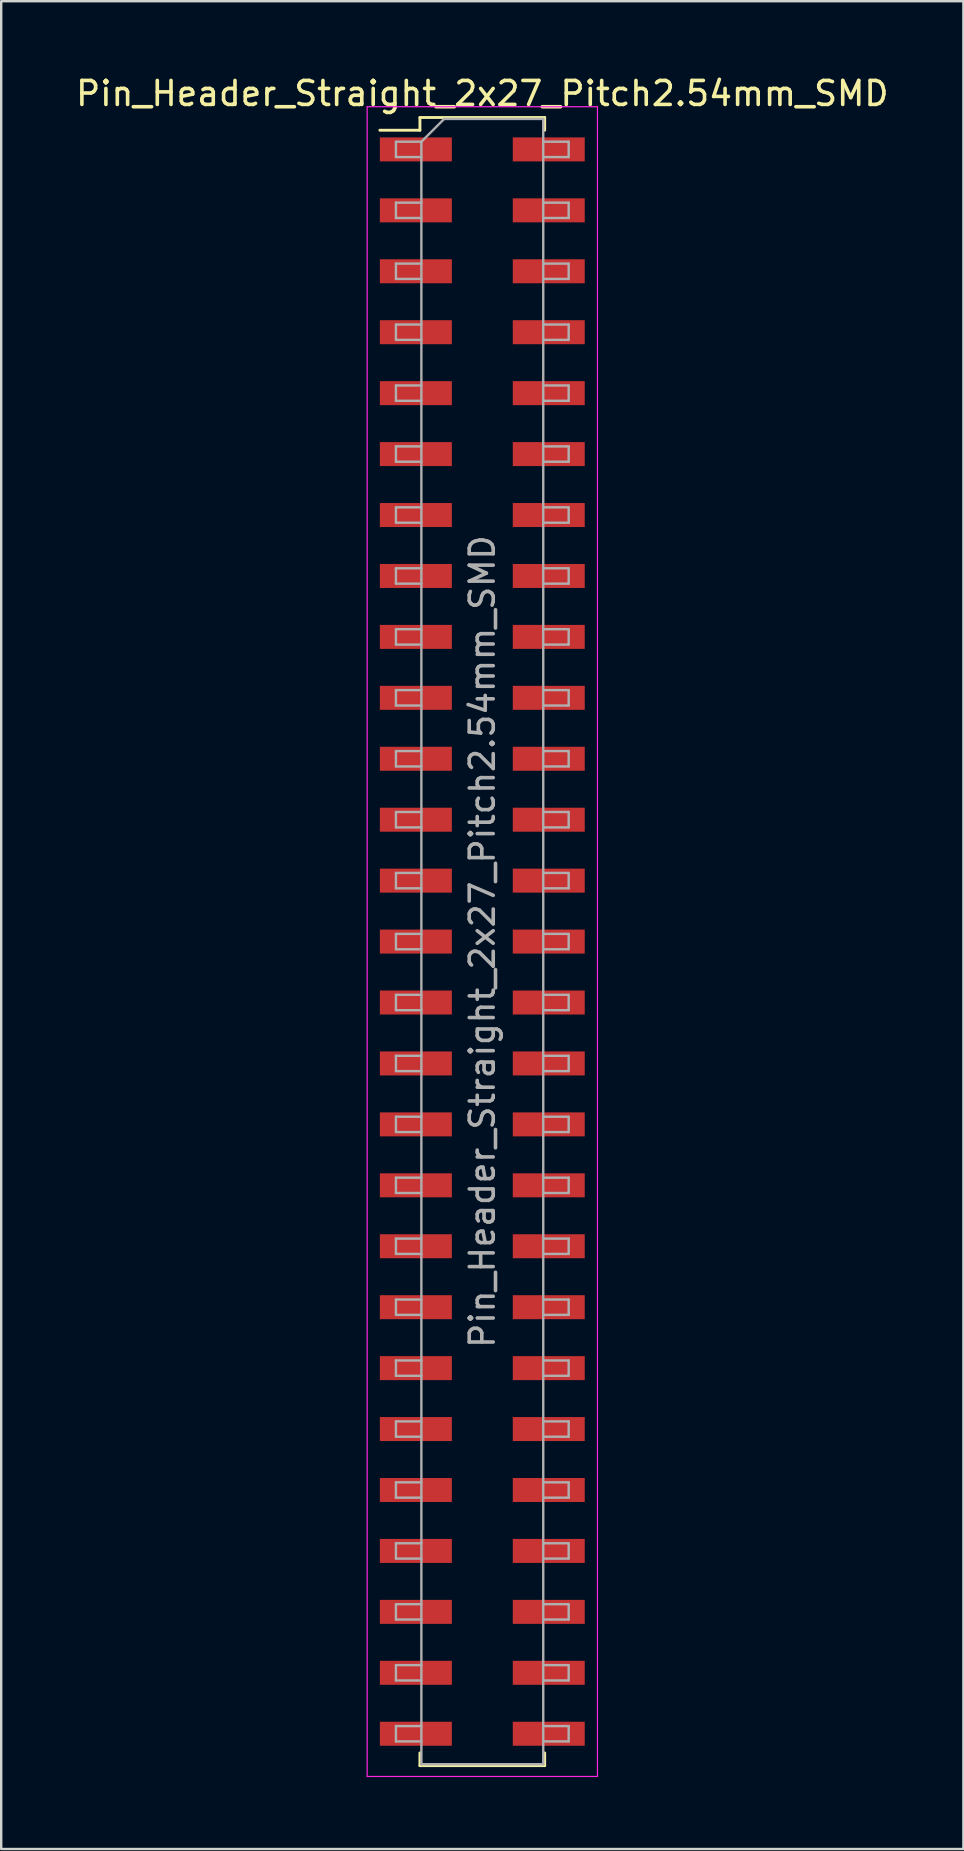
<source format=kicad_pcb>
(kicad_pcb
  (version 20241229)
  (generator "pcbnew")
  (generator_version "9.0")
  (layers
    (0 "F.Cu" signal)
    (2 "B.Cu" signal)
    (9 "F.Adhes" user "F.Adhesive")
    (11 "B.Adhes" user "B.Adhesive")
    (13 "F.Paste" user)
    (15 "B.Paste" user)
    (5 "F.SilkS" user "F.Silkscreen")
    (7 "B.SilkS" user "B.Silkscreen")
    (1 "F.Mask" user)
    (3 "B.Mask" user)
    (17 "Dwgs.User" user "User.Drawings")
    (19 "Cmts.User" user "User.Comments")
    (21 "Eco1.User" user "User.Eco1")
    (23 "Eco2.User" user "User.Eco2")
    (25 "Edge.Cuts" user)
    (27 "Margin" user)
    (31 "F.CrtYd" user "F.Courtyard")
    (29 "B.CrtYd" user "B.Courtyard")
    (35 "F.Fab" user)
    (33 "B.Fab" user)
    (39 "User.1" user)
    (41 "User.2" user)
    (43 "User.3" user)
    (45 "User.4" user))
  (footprint "Pin_Header_Straight_2x27_Pitch2.54mm_SMD"
    (layer "F.Cu")
    (at 17.054 36.198)
    (property "Reference" "Pin_Header_Straight_2x27_Pitch2.54mm_SMD" (at 0 -35.35 0) (layer "F.SilkS") (effects (font (size 1 1) (thickness 0.15))))
    (attr smd)
    (fp_line (start -4.27 -33.82) (end -2.6 -33.82) (stroke (width 0.12) (type solid)) (layer "F.SilkS"))
    (fp_line (start -2.6 -34.35) (end 2.6 -34.35) (stroke (width 0.12) (type solid)) (layer "F.SilkS"))
    (fp_line (start -2.6 -33.82) (end -2.6 -34.35) (stroke (width 0.12) (type solid)) (layer "F.SilkS"))
    (fp_line (start -2.6 33.82) (end -2.6 34.35) (stroke (width 0.12) (type solid)) (layer "F.SilkS"))
    (fp_line (start -2.6 34.35) (end 2.6 34.35) (stroke (width 0.12) (type solid)) (layer "F.SilkS"))
    (fp_line (start 2.6 -34.35) (end 2.6 -33.82) (stroke (width 0.12) (type solid)) (layer "F.SilkS"))
    (fp_line (start 2.6 34.35) (end 2.6 33.82) (stroke (width 0.12) (type solid)) (layer "F.SilkS"))
    (fp_line (start -4.8 -34.8) (end -4.8 34.8) (stroke (width 0.05) (type solid)) (layer "F.CrtYd"))
    (fp_line (start -4.8 34.8) (end 4.8 34.8) (stroke (width 0.05) (type solid)) (layer "F.CrtYd"))
    (fp_line (start 4.8 -34.8) (end -4.8 -34.8) (stroke (width 0.05) (type solid)) (layer "F.CrtYd"))
    (fp_line (start 4.8 34.8) (end 4.8 -34.8) (stroke (width 0.05) (type solid)) (layer "F.CrtYd"))
    (fp_line (start -3.6 -33.34) (end -3.6 -32.7) (stroke (width 0.1) (type solid)) (layer "F.Fab"))
    (fp_line (start -3.6 -32.7) (end -2.54 -32.7) (stroke (width 0.1) (type solid)) (layer "F.Fab"))
    (fp_line (start -3.6 -30.8) (end -3.6 -30.16) (stroke (width 0.1) (type solid)) (layer "F.Fab"))
    (fp_line (start -3.6 -30.16) (end -2.54 -30.16) (stroke (width 0.1) (type solid)) (layer "F.Fab"))
    (fp_line (start -3.6 -28.26) (end -3.6 -27.62) (stroke (width 0.1) (type solid)) (layer "F.Fab"))
    (fp_line (start -3.6 -27.62) (end -2.54 -27.62) (stroke (width 0.1) (type solid)) (layer "F.Fab"))
    (fp_line (start -3.6 -25.72) (end -3.6 -25.08) (stroke (width 0.1) (type solid)) (layer "F.Fab"))
    (fp_line (start -3.6 -25.08) (end -2.54 -25.08) (stroke (width 0.1) (type solid)) (layer "F.Fab"))
    (fp_line (start -3.6 -23.18) (end -3.6 -22.54) (stroke (width 0.1) (type solid)) (layer "F.Fab"))
    (fp_line (start -3.6 -22.54) (end -2.54 -22.54) (stroke (width 0.1) (type solid)) (layer "F.Fab"))
    (fp_line (start -3.6 -20.64) (end -3.6 -20) (stroke (width 0.1) (type solid)) (layer "F.Fab"))
    (fp_line (start -3.6 -20) (end -2.54 -20) (stroke (width 0.1) (type solid)) (layer "F.Fab"))
    (fp_line (start -3.6 -18.1) (end -3.6 -17.46) (stroke (width 0.1) (type solid)) (layer "F.Fab"))
    (fp_line (start -3.6 -17.46) (end -2.54 -17.46) (stroke (width 0.1) (type solid)) (layer "F.Fab"))
    (fp_line (start -3.6 -15.56) (end -3.6 -14.92) (stroke (width 0.1) (type solid)) (layer "F.Fab"))
    (fp_line (start -3.6 -14.92) (end -2.54 -14.92) (stroke (width 0.1) (type solid)) (layer "F.Fab"))
    (fp_line (start -3.6 -13.02) (end -3.6 -12.38) (stroke (width 0.1) (type solid)) (layer "F.Fab"))
    (fp_line (start -3.6 -12.38) (end -2.54 -12.38) (stroke (width 0.1) (type solid)) (layer "F.Fab"))
    (fp_line (start -3.6 -10.48) (end -3.6 -9.84) (stroke (width 0.1) (type solid)) (layer "F.Fab"))
    (fp_line (start -3.6 -9.84) (end -2.54 -9.84) (stroke (width 0.1) (type solid)) (layer "F.Fab"))
    (fp_line (start -3.6 -7.94) (end -3.6 -7.3) (stroke (width 0.1) (type solid)) (layer "F.Fab"))
    (fp_line (start -3.6 -7.3) (end -2.54 -7.3) (stroke (width 0.1) (type solid)) (layer "F.Fab"))
    (fp_line (start -3.6 -5.4) (end -3.6 -4.76) (stroke (width 0.1) (type solid)) (layer "F.Fab"))
    (fp_line (start -3.6 -4.76) (end -2.54 -4.76) (stroke (width 0.1) (type solid)) (layer "F.Fab"))
    (fp_line (start -3.6 -2.86) (end -3.6 -2.22) (stroke (width 0.1) (type solid)) (layer "F.Fab"))
    (fp_line (start -3.6 -2.22) (end -2.54 -2.22) (stroke (width 0.1) (type solid)) (layer "F.Fab"))
    (fp_line (start -3.6 -0.32) (end -3.6 0.32) (stroke (width 0.1) (type solid)) (layer "F.Fab"))
    (fp_line (start -3.6 0.32) (end -2.54 0.32) (stroke (width 0.1) (type solid)) (layer "F.Fab"))
    (fp_line (start -3.6 2.22) (end -3.6 2.86) (stroke (width 0.1) (type solid)) (layer "F.Fab"))
    (fp_line (start -3.6 2.86) (end -2.54 2.86) (stroke (width 0.1) (type solid)) (layer "F.Fab"))
    (fp_line (start -3.6 4.76) (end -3.6 5.4) (stroke (width 0.1) (type solid)) (layer "F.Fab"))
    (fp_line (start -3.6 5.4) (end -2.54 5.4) (stroke (width 0.1) (type solid)) (layer "F.Fab"))
    (fp_line (start -3.6 7.3) (end -3.6 7.94) (stroke (width 0.1) (type solid)) (layer "F.Fab"))
    (fp_line (start -3.6 7.94) (end -2.54 7.94) (stroke (width 0.1) (type solid)) (layer "F.Fab"))
    (fp_line (start -3.6 9.84) (end -3.6 10.48) (stroke (width 0.1) (type solid)) (layer "F.Fab"))
    (fp_line (start -3.6 10.48) (end -2.54 10.48) (stroke (width 0.1) (type solid)) (layer "F.Fab"))
    (fp_line (start -3.6 12.38) (end -3.6 13.02) (stroke (width 0.1) (type solid)) (layer "F.Fab"))
    (fp_line (start -3.6 13.02) (end -2.54 13.02) (stroke (width 0.1) (type solid)) (layer "F.Fab"))
    (fp_line (start -3.6 14.92) (end -3.6 15.56) (stroke (width 0.1) (type solid)) (layer "F.Fab"))
    (fp_line (start -3.6 15.56) (end -2.54 15.56) (stroke (width 0.1) (type solid)) (layer "F.Fab"))
    (fp_line (start -3.6 17.46) (end -3.6 18.1) (stroke (width 0.1) (type solid)) (layer "F.Fab"))
    (fp_line (start -3.6 18.1) (end -2.54 18.1) (stroke (width 0.1) (type solid)) (layer "F.Fab"))
    (fp_line (start -3.6 20) (end -3.6 20.64) (stroke (width 0.1) (type solid)) (layer "F.Fab"))
    (fp_line (start -3.6 20.64) (end -2.54 20.64) (stroke (width 0.1) (type solid)) (layer "F.Fab"))
    (fp_line (start -3.6 22.54) (end -3.6 23.18) (stroke (width 0.1) (type solid)) (layer "F.Fab"))
    (fp_line (start -3.6 23.18) (end -2.54 23.18) (stroke (width 0.1) (type solid)) (layer "F.Fab"))
    (fp_line (start -3.6 25.08) (end -3.6 25.72) (stroke (width 0.1) (type solid)) (layer "F.Fab"))
    (fp_line (start -3.6 25.72) (end -2.54 25.72) (stroke (width 0.1) (type solid)) (layer "F.Fab"))
    (fp_line (start -3.6 27.62) (end -3.6 28.26) (stroke (width 0.1) (type solid)) (layer "F.Fab"))
    (fp_line (start -3.6 28.26) (end -2.54 28.26) (stroke (width 0.1) (type solid)) (layer "F.Fab"))
    (fp_line (start -3.6 30.16) (end -3.6 30.8) (stroke (width 0.1) (type solid)) (layer "F.Fab"))
    (fp_line (start -3.6 30.8) (end -2.54 30.8) (stroke (width 0.1) (type solid)) (layer "F.Fab"))
    (fp_line (start -3.6 32.7) (end -3.6 33.34) (stroke (width 0.1) (type solid)) (layer "F.Fab"))
    (fp_line (start -3.6 33.34) (end -2.54 33.34) (stroke (width 0.1) (type solid)) (layer "F.Fab"))
    (fp_line (start -2.54 -33.34) (end -3.6 -33.34) (stroke (width 0.1) (type solid)) (layer "F.Fab"))
    (fp_line (start -2.54 -33.34) (end -1.59 -34.29) (stroke (width 0.1) (type solid)) (layer "F.Fab"))
    (fp_line (start -2.54 -30.8) (end -3.6 -30.8) (stroke (width 0.1) (type solid)) (layer "F.Fab"))
    (fp_line (start -2.54 -28.26) (end -3.6 -28.26) (stroke (width 0.1) (type solid)) (layer "F.Fab"))
    (fp_line (start -2.54 -25.72) (end -3.6 -25.72) (stroke (width 0.1) (type solid)) (layer "F.Fab"))
    (fp_line (start -2.54 -23.18) (end -3.6 -23.18) (stroke (width 0.1) (type solid)) (layer "F.Fab"))
    (fp_line (start -2.54 -20.64) (end -3.6 -20.64) (stroke (width 0.1) (type solid)) (layer "F.Fab"))
    (fp_line (start -2.54 -18.1) (end -3.6 -18.1) (stroke (width 0.1) (type solid)) (layer "F.Fab"))
    (fp_line (start -2.54 -15.56) (end -3.6 -15.56) (stroke (width 0.1) (type solid)) (layer "F.Fab"))
    (fp_line (start -2.54 -13.02) (end -3.6 -13.02) (stroke (width 0.1) (type solid)) (layer "F.Fab"))
    (fp_line (start -2.54 -10.48) (end -3.6 -10.48) (stroke (width 0.1) (type solid)) (layer "F.Fab"))
    (fp_line (start -2.54 -7.94) (end -3.6 -7.94) (stroke (width 0.1) (type solid)) (layer "F.Fab"))
    (fp_line (start -2.54 -5.4) (end -3.6 -5.4) (stroke (width 0.1) (type solid)) (layer "F.Fab"))
    (fp_line (start -2.54 -2.86) (end -3.6 -2.86) (stroke (width 0.1) (type solid)) (layer "F.Fab"))
    (fp_line (start -2.54 -0.32) (end -3.6 -0.32) (stroke (width 0.1) (type solid)) (layer "F.Fab"))
    (fp_line (start -2.54 2.22) (end -3.6 2.22) (stroke (width 0.1) (type solid)) (layer "F.Fab"))
    (fp_line (start -2.54 4.76) (end -3.6 4.76) (stroke (width 0.1) (type solid)) (layer "F.Fab"))
    (fp_line (start -2.54 7.3) (end -3.6 7.3) (stroke (width 0.1) (type solid)) (layer "F.Fab"))
    (fp_line (start -2.54 9.84) (end -3.6 9.84) (stroke (width 0.1) (type solid)) (layer "F.Fab"))
    (fp_line (start -2.54 12.38) (end -3.6 12.38) (stroke (width 0.1) (type solid)) (layer "F.Fab"))
    (fp_line (start -2.54 14.92) (end -3.6 14.92) (stroke (width 0.1) (type solid)) (layer "F.Fab"))
    (fp_line (start -2.54 17.46) (end -3.6 17.46) (stroke (width 0.1) (type solid)) (layer "F.Fab"))
    (fp_line (start -2.54 20) (end -3.6 20) (stroke (width 0.1) (type solid)) (layer "F.Fab"))
    (fp_line (start -2.54 22.54) (end -3.6 22.54) (stroke (width 0.1) (type solid)) (layer "F.Fab"))
    (fp_line (start -2.54 25.08) (end -3.6 25.08) (stroke (width 0.1) (type solid)) (layer "F.Fab"))
    (fp_line (start -2.54 27.62) (end -3.6 27.62) (stroke (width 0.1) (type solid)) (layer "F.Fab"))
    (fp_line (start -2.54 30.16) (end -3.6 30.16) (stroke (width 0.1) (type solid)) (layer "F.Fab"))
    (fp_line (start -2.54 32.7) (end -3.6 32.7) (stroke (width 0.1) (type solid)) (layer "F.Fab"))
    (fp_line (start -2.54 34.29) (end -2.54 -33.34) (stroke (width 0.1) (type solid)) (layer "F.Fab"))
    (fp_line (start -1.59 -34.29) (end 2.54 -34.29) (stroke (width 0.1) (type solid)) (layer "F.Fab"))
    (fp_line (start 2.54 -34.29) (end 2.54 34.29) (stroke (width 0.1) (type solid)) (layer "F.Fab"))
    (fp_line (start 2.54 -33.34) (end 3.6 -33.34) (stroke (width 0.1) (type solid)) (layer "F.Fab"))
    (fp_line (start 2.54 -30.8) (end 3.6 -30.8) (stroke (width 0.1) (type solid)) (layer "F.Fab"))
    (fp_line (start 2.54 -28.26) (end 3.6 -28.26) (stroke (width 0.1) (type solid)) (layer "F.Fab"))
    (fp_line (start 2.54 -25.72) (end 3.6 -25.72) (stroke (width 0.1) (type solid)) (layer "F.Fab"))
    (fp_line (start 2.54 -23.18) (end 3.6 -23.18) (stroke (width 0.1) (type solid)) (layer "F.Fab"))
    (fp_line (start 2.54 -20.64) (end 3.6 -20.64) (stroke (width 0.1) (type solid)) (layer "F.Fab"))
    (fp_line (start 2.54 -18.1) (end 3.6 -18.1) (stroke (width 0.1) (type solid)) (layer "F.Fab"))
    (fp_line (start 2.54 -15.56) (end 3.6 -15.56) (stroke (width 0.1) (type solid)) (layer "F.Fab"))
    (fp_line (start 2.54 -13.02) (end 3.6 -13.02) (stroke (width 0.1) (type solid)) (layer "F.Fab"))
    (fp_line (start 2.54 -10.48) (end 3.6 -10.48) (stroke (width 0.1) (type solid)) (layer "F.Fab"))
    (fp_line (start 2.54 -7.94) (end 3.6 -7.94) (stroke (width 0.1) (type solid)) (layer "F.Fab"))
    (fp_line (start 2.54 -5.4) (end 3.6 -5.4) (stroke (width 0.1) (type solid)) (layer "F.Fab"))
    (fp_line (start 2.54 -2.86) (end 3.6 -2.86) (stroke (width 0.1) (type solid)) (layer "F.Fab"))
    (fp_line (start 2.54 -0.32) (end 3.6 -0.32) (stroke (width 0.1) (type solid)) (layer "F.Fab"))
    (fp_line (start 2.54 2.22) (end 3.6 2.22) (stroke (width 0.1) (type solid)) (layer "F.Fab"))
    (fp_line (start 2.54 4.76) (end 3.6 4.76) (stroke (width 0.1) (type solid)) (layer "F.Fab"))
    (fp_line (start 2.54 7.3) (end 3.6 7.3) (stroke (width 0.1) (type solid)) (layer "F.Fab"))
    (fp_line (start 2.54 9.84) (end 3.6 9.84) (stroke (width 0.1) (type solid)) (layer "F.Fab"))
    (fp_line (start 2.54 12.38) (end 3.6 12.38) (stroke (width 0.1) (type solid)) (layer "F.Fab"))
    (fp_line (start 2.54 14.92) (end 3.6 14.92) (stroke (width 0.1) (type solid)) (layer "F.Fab"))
    (fp_line (start 2.54 17.46) (end 3.6 17.46) (stroke (width 0.1) (type solid)) (layer "F.Fab"))
    (fp_line (start 2.54 20) (end 3.6 20) (stroke (width 0.1) (type solid)) (layer "F.Fab"))
    (fp_line (start 2.54 22.54) (end 3.6 22.54) (stroke (width 0.1) (type solid)) (layer "F.Fab"))
    (fp_line (start 2.54 25.08) (end 3.6 25.08) (stroke (width 0.1) (type solid)) (layer "F.Fab"))
    (fp_line (start 2.54 27.62) (end 3.6 27.62) (stroke (width 0.1) (type solid)) (layer "F.Fab"))
    (fp_line (start 2.54 30.16) (end 3.6 30.16) (stroke (width 0.1) (type solid)) (layer "F.Fab"))
    (fp_line (start 2.54 32.7) (end 3.6 32.7) (stroke (width 0.1) (type solid)) (layer "F.Fab"))
    (fp_line (start 2.54 34.29) (end -2.54 34.29) (stroke (width 0.1) (type solid)) (layer "F.Fab"))
    (fp_line (start 3.6 -33.34) (end 3.6 -32.7) (stroke (width 0.1) (type solid)) (layer "F.Fab"))
    (fp_line (start 3.6 -32.7) (end 2.54 -32.7) (stroke (width 0.1) (type solid)) (layer "F.Fab"))
    (fp_line (start 3.6 -30.8) (end 3.6 -30.16) (stroke (width 0.1) (type solid)) (layer "F.Fab"))
    (fp_line (start 3.6 -30.16) (end 2.54 -30.16) (stroke (width 0.1) (type solid)) (layer "F.Fab"))
    (fp_line (start 3.6 -28.26) (end 3.6 -27.62) (stroke (width 0.1) (type solid)) (layer "F.Fab"))
    (fp_line (start 3.6 -27.62) (end 2.54 -27.62) (stroke (width 0.1) (type solid)) (layer "F.Fab"))
    (fp_line (start 3.6 -25.72) (end 3.6 -25.08) (stroke (width 0.1) (type solid)) (layer "F.Fab"))
    (fp_line (start 3.6 -25.08) (end 2.54 -25.08) (stroke (width 0.1) (type solid)) (layer "F.Fab"))
    (fp_line (start 3.6 -23.18) (end 3.6 -22.54) (stroke (width 0.1) (type solid)) (layer "F.Fab"))
    (fp_line (start 3.6 -22.54) (end 2.54 -22.54) (stroke (width 0.1) (type solid)) (layer "F.Fab"))
    (fp_line (start 3.6 -20.64) (end 3.6 -20) (stroke (width 0.1) (type solid)) (layer "F.Fab"))
    (fp_line (start 3.6 -20) (end 2.54 -20) (stroke (width 0.1) (type solid)) (layer "F.Fab"))
    (fp_line (start 3.6 -18.1) (end 3.6 -17.46) (stroke (width 0.1) (type solid)) (layer "F.Fab"))
    (fp_line (start 3.6 -17.46) (end 2.54 -17.46) (stroke (width 0.1) (type solid)) (layer "F.Fab"))
    (fp_line (start 3.6 -15.56) (end 3.6 -14.92) (stroke (width 0.1) (type solid)) (layer "F.Fab"))
    (fp_line (start 3.6 -14.92) (end 2.54 -14.92) (stroke (width 0.1) (type solid)) (layer "F.Fab"))
    (fp_line (start 3.6 -13.02) (end 3.6 -12.38) (stroke (width 0.1) (type solid)) (layer "F.Fab"))
    (fp_line (start 3.6 -12.38) (end 2.54 -12.38) (stroke (width 0.1) (type solid)) (layer "F.Fab"))
    (fp_line (start 3.6 -10.48) (end 3.6 -9.84) (stroke (width 0.1) (type solid)) (layer "F.Fab"))
    (fp_line (start 3.6 -9.84) (end 2.54 -9.84) (stroke (width 0.1) (type solid)) (layer "F.Fab"))
    (fp_line (start 3.6 -7.94) (end 3.6 -7.3) (stroke (width 0.1) (type solid)) (layer "F.Fab"))
    (fp_line (start 3.6 -7.3) (end 2.54 -7.3) (stroke (width 0.1) (type solid)) (layer "F.Fab"))
    (fp_line (start 3.6 -5.4) (end 3.6 -4.76) (stroke (width 0.1) (type solid)) (layer "F.Fab"))
    (fp_line (start 3.6 -4.76) (end 2.54 -4.76) (stroke (width 0.1) (type solid)) (layer "F.Fab"))
    (fp_line (start 3.6 -2.86) (end 3.6 -2.22) (stroke (width 0.1) (type solid)) (layer "F.Fab"))
    (fp_line (start 3.6 -2.22) (end 2.54 -2.22) (stroke (width 0.1) (type solid)) (layer "F.Fab"))
    (fp_line (start 3.6 -0.32) (end 3.6 0.32) (stroke (width 0.1) (type solid)) (layer "F.Fab"))
    (fp_line (start 3.6 0.32) (end 2.54 0.32) (stroke (width 0.1) (type solid)) (layer "F.Fab"))
    (fp_line (start 3.6 2.22) (end 3.6 2.86) (stroke (width 0.1) (type solid)) (layer "F.Fab"))
    (fp_line (start 3.6 2.86) (end 2.54 2.86) (stroke (width 0.1) (type solid)) (layer "F.Fab"))
    (fp_line (start 3.6 4.76) (end 3.6 5.4) (stroke (width 0.1) (type solid)) (layer "F.Fab"))
    (fp_line (start 3.6 5.4) (end 2.54 5.4) (stroke (width 0.1) (type solid)) (layer "F.Fab"))
    (fp_line (start 3.6 7.3) (end 3.6 7.94) (stroke (width 0.1) (type solid)) (layer "F.Fab"))
    (fp_line (start 3.6 7.94) (end 2.54 7.94) (stroke (width 0.1) (type solid)) (layer "F.Fab"))
    (fp_line (start 3.6 9.84) (end 3.6 10.48) (stroke (width 0.1) (type solid)) (layer "F.Fab"))
    (fp_line (start 3.6 10.48) (end 2.54 10.48) (stroke (width 0.1) (type solid)) (layer "F.Fab"))
    (fp_line (start 3.6 12.38) (end 3.6 13.02) (stroke (width 0.1) (type solid)) (layer "F.Fab"))
    (fp_line (start 3.6 13.02) (end 2.54 13.02) (stroke (width 0.1) (type solid)) (layer "F.Fab"))
    (fp_line (start 3.6 14.92) (end 3.6 15.56) (stroke (width 0.1) (type solid)) (layer "F.Fab"))
    (fp_line (start 3.6 15.56) (end 2.54 15.56) (stroke (width 0.1) (type solid)) (layer "F.Fab"))
    (fp_line (start 3.6 17.46) (end 3.6 18.1) (stroke (width 0.1) (type solid)) (layer "F.Fab"))
    (fp_line (start 3.6 18.1) (end 2.54 18.1) (stroke (width 0.1) (type solid)) (layer "F.Fab"))
    (fp_line (start 3.6 20) (end 3.6 20.64) (stroke (width 0.1) (type solid)) (layer "F.Fab"))
    (fp_line (start 3.6 20.64) (end 2.54 20.64) (stroke (width 0.1) (type solid)) (layer "F.Fab"))
    (fp_line (start 3.6 22.54) (end 3.6 23.18) (stroke (width 0.1) (type solid)) (layer "F.Fab"))
    (fp_line (start 3.6 23.18) (end 2.54 23.18) (stroke (width 0.1) (type solid)) (layer "F.Fab"))
    (fp_line (start 3.6 25.08) (end 3.6 25.72) (stroke (width 0.1) (type solid)) (layer "F.Fab"))
    (fp_line (start 3.6 25.72) (end 2.54 25.72) (stroke (width 0.1) (type solid)) (layer "F.Fab"))
    (fp_line (start 3.6 27.62) (end 3.6 28.26) (stroke (width 0.1) (type solid)) (layer "F.Fab"))
    (fp_line (start 3.6 28.26) (end 2.54 28.26) (stroke (width 0.1) (type solid)) (layer "F.Fab"))
    (fp_line (start 3.6 30.16) (end 3.6 30.8) (stroke (width 0.1) (type solid)) (layer "F.Fab"))
    (fp_line (start 3.6 30.8) (end 2.54 30.8) (stroke (width 0.1) (type solid)) (layer "F.Fab"))
    (fp_line (start 3.6 32.7) (end 3.6 33.34) (stroke (width 0.1) (type solid)) (layer "F.Fab"))
    (fp_line (start 3.6 33.34) (end 2.54 33.34) (stroke (width 0.1) (type solid)) (layer "F.Fab"))
    (fp_text user "${REFERENCE}" (at 0 0 90) (layer "F.Fab") (effects (font (size 1 1) (thickness 0.15))))
    (pad "1" smd rect (at -2.77 -33.02) (size 3 1) (layers "F.Cu" "F.Mask" "F.Paste"))
    (pad "2" smd rect (at 2.77 -33.02) (size 3 1) (layers "F.Cu" "F.Mask" "F.Paste"))
    (pad "3" smd rect (at -2.77 -30.48) (size 3 1) (layers "F.Cu" "F.Mask" "F.Paste"))
    (pad "4" smd rect (at 2.77 -30.48) (size 3 1) (layers "F.Cu" "F.Mask" "F.Paste"))
    (pad "5" smd rect (at -2.77 -27.94) (size 3 1) (layers "F.Cu" "F.Mask" "F.Paste"))
    (pad "6" smd rect (at 2.77 -27.94) (size 3 1) (layers "F.Cu" "F.Mask" "F.Paste"))
    (pad "7" smd rect (at -2.77 -25.4) (size 3 1) (layers "F.Cu" "F.Mask" "F.Paste"))
    (pad "8" smd rect (at 2.77 -25.4) (size 3 1) (layers "F.Cu" "F.Mask" "F.Paste"))
    (pad "9" smd rect (at -2.77 -22.86) (size 3 1) (layers "F.Cu" "F.Mask" "F.Paste"))
    (pad "10" smd rect (at 2.77 -22.86) (size 3 1) (layers "F.Cu" "F.Mask" "F.Paste"))
    (pad "11" smd rect (at -2.77 -20.32) (size 3 1) (layers "F.Cu" "F.Mask" "F.Paste"))
    (pad "12" smd rect (at 2.77 -20.32) (size 3 1) (layers "F.Cu" "F.Mask" "F.Paste"))
    (pad "13" smd rect (at -2.77 -17.78) (size 3 1) (layers "F.Cu" "F.Mask" "F.Paste"))
    (pad "14" smd rect (at 2.77 -17.78) (size 3 1) (layers "F.Cu" "F.Mask" "F.Paste"))
    (pad "15" smd rect (at -2.77 -15.24) (size 3 1) (layers "F.Cu" "F.Mask" "F.Paste"))
    (pad "16" smd rect (at 2.77 -15.24) (size 3 1) (layers "F.Cu" "F.Mask" "F.Paste"))
    (pad "17" smd rect (at -2.77 -12.7) (size 3 1) (layers "F.Cu" "F.Mask" "F.Paste"))
    (pad "18" smd rect (at 2.77 -12.7) (size 3 1) (layers "F.Cu" "F.Mask" "F.Paste"))
    (pad "19" smd rect (at -2.77 -10.16) (size 3 1) (layers "F.Cu" "F.Mask" "F.Paste"))
    (pad "20" smd rect (at 2.77 -10.16) (size 3 1) (layers "F.Cu" "F.Mask" "F.Paste"))
    (pad "21" smd rect (at -2.77 -7.62) (size 3 1) (layers "F.Cu" "F.Mask" "F.Paste"))
    (pad "22" smd rect (at 2.77 -7.62) (size 3 1) (layers "F.Cu" "F.Mask" "F.Paste"))
    (pad "23" smd rect (at -2.77 -5.08) (size 3 1) (layers "F.Cu" "F.Mask" "F.Paste"))
    (pad "24" smd rect (at 2.77 -5.08) (size 3 1) (layers "F.Cu" "F.Mask" "F.Paste"))
    (pad "25" smd rect (at -2.77 -2.54) (size 3 1) (layers "F.Cu" "F.Mask" "F.Paste"))
    (pad "26" smd rect (at 2.77 -2.54) (size 3 1) (layers "F.Cu" "F.Mask" "F.Paste"))
    (pad "27" smd rect (at -2.77 0) (size 3 1) (layers "F.Cu" "F.Mask" "F.Paste"))
    (pad "28" smd rect (at 2.77 0) (size 3 1) (layers "F.Cu" "F.Mask" "F.Paste"))
    (pad "29" smd rect (at -2.77 2.54) (size 3 1) (layers "F.Cu" "F.Mask" "F.Paste"))
    (pad "30" smd rect (at 2.77 2.54) (size 3 1) (layers "F.Cu" "F.Mask" "F.Paste"))
    (pad "31" smd rect (at -2.77 5.08) (size 3 1) (layers "F.Cu" "F.Mask" "F.Paste"))
    (pad "32" smd rect (at 2.77 5.08) (size 3 1) (layers "F.Cu" "F.Mask" "F.Paste"))
    (pad "33" smd rect (at -2.77 7.62) (size 3 1) (layers "F.Cu" "F.Mask" "F.Paste"))
    (pad "34" smd rect (at 2.77 7.62) (size 3 1) (layers "F.Cu" "F.Mask" "F.Paste"))
    (pad "35" smd rect (at -2.77 10.16) (size 3 1) (layers "F.Cu" "F.Mask" "F.Paste"))
    (pad "36" smd rect (at 2.77 10.16) (size 3 1) (layers "F.Cu" "F.Mask" "F.Paste"))
    (pad "37" smd rect (at -2.77 12.7) (size 3 1) (layers "F.Cu" "F.Mask" "F.Paste"))
    (pad "38" smd rect (at 2.77 12.7) (size 3 1) (layers "F.Cu" "F.Mask" "F.Paste"))
    (pad "39" smd rect (at -2.77 15.24) (size 3 1) (layers "F.Cu" "F.Mask" "F.Paste"))
    (pad "40" smd rect (at 2.77 15.24) (size 3 1) (layers "F.Cu" "F.Mask" "F.Paste"))
    (pad "41" smd rect (at -2.77 17.78) (size 3 1) (layers "F.Cu" "F.Mask" "F.Paste"))
    (pad "42" smd rect (at 2.77 17.78) (size 3 1) (layers "F.Cu" "F.Mask" "F.Paste"))
    (pad "43" smd rect (at -2.77 20.32) (size 3 1) (layers "F.Cu" "F.Mask" "F.Paste"))
    (pad "44" smd rect (at 2.77 20.32) (size 3 1) (layers "F.Cu" "F.Mask" "F.Paste"))
    (pad "45" smd rect (at -2.77 22.86) (size 3 1) (layers "F.Cu" "F.Mask" "F.Paste"))
    (pad "46" smd rect (at 2.77 22.86) (size 3 1) (layers "F.Cu" "F.Mask" "F.Paste"))
    (pad "47" smd rect (at -2.77 25.4) (size 3 1) (layers "F.Cu" "F.Mask" "F.Paste"))
    (pad "48" smd rect (at 2.77 25.4) (size 3 1) (layers "F.Cu" "F.Mask" "F.Paste"))
    (pad "49" smd rect (at -2.77 27.94) (size 3 1) (layers "F.Cu" "F.Mask" "F.Paste"))
    (pad "50" smd rect (at 2.77 27.94) (size 3 1) (layers "F.Cu" "F.Mask" "F.Paste"))
    (pad "51" smd rect (at -2.77 30.48) (size 3 1) (layers "F.Cu" "F.Mask" "F.Paste"))
    (pad "52" smd rect (at 2.77 30.48) (size 3 1) (layers "F.Cu" "F.Mask" "F.Paste"))
    (pad "53" smd rect (at -2.77 33.02) (size 3 1) (layers "F.Cu" "F.Mask" "F.Paste"))
    (pad "54" smd rect (at 2.77 33.02) (size 3 1) (layers "F.Cu" "F.Mask" "F.Paste")))
  (gr_rect
    (start -3 -3)
    (end 37.107 74.023)
    (stroke (width 0.1) (type default))
    (fill no)
    (layer "Edge.Cuts")))
</source>
